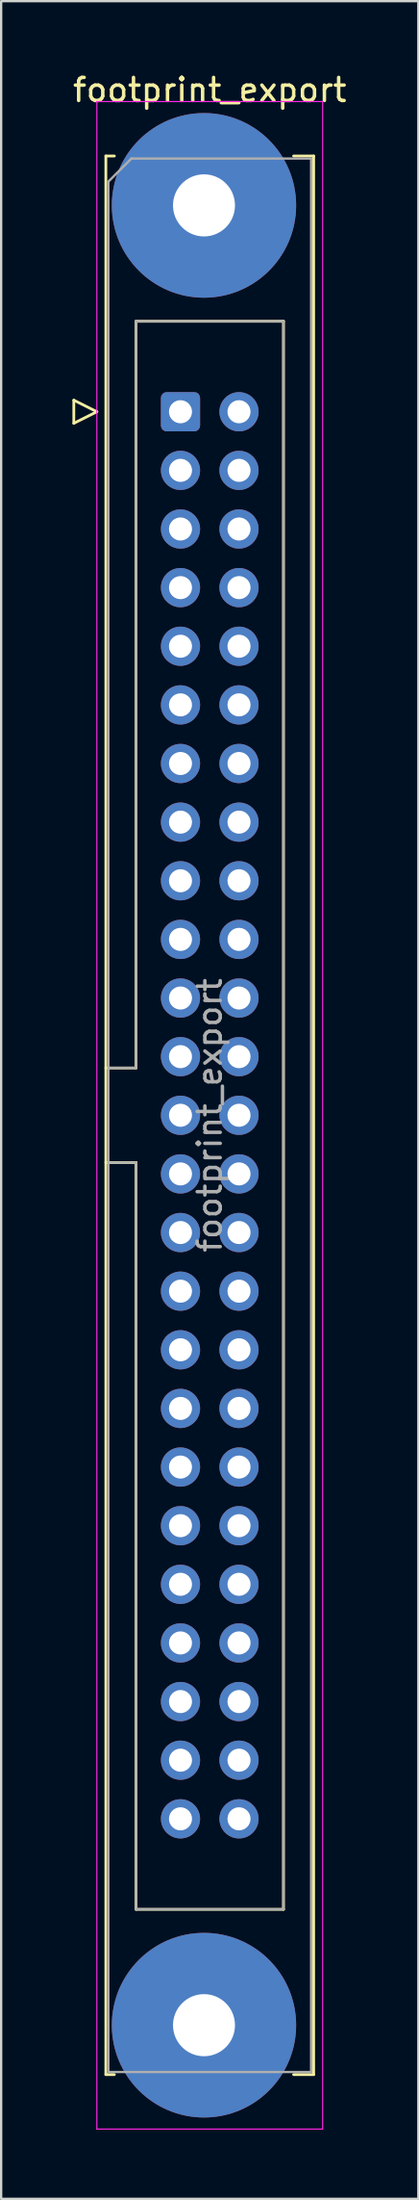
<source format=kicad_pcb>
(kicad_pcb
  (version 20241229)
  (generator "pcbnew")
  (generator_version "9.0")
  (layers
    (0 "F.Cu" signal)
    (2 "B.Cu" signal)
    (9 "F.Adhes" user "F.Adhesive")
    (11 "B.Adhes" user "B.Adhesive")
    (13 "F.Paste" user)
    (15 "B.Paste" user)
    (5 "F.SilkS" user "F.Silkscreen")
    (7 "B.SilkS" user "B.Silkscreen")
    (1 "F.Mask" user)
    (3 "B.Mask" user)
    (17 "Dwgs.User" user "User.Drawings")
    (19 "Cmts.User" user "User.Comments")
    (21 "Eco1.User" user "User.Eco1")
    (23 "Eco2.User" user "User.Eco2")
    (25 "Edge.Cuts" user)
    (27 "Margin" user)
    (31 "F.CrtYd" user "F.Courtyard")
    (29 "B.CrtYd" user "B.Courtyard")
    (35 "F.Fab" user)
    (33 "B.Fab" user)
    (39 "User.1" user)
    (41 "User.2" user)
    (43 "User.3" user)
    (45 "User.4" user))
  (footprint "footprint_export"
    (layer "F.Cu")
    (at 4.784 14.788)
    (property "Reference" "footprint_export" (at 1.27 -13.94 0) (layer "F.SilkS") (effects (font (size 1 1) (thickness 0.15))))
    (attr through_hole)
    (fp_line (start -4.63 -0.5) (end -4.63 0.5) (stroke (width 0.12) (type solid)) (layer "F.SilkS"))
    (fp_line (start -4.63 0.5) (end -3.63 0) (stroke (width 0.12) (type solid)) (layer "F.SilkS"))
    (fp_line (start -3.63 0) (end -4.63 -0.5) (stroke (width 0.12) (type solid)) (layer "F.SilkS"))
    (fp_line (start -3.24 -11.08) (end -3.24 72.04) (stroke (width 0.12) (type solid)) (layer "F.SilkS"))
    (fp_line (start -3.24 28.43) (end -1.93 28.43) (stroke (width 0.12) (type solid)) (layer "F.SilkS"))
    (fp_line (start -3.24 72.04) (end -2.87 72.04) (stroke (width 0.12) (type solid)) (layer "F.SilkS"))
    (fp_line (start -2.87 -11.08) (end -3.24 -11.08) (stroke (width 0.12) (type solid)) (layer "F.SilkS"))
    (fp_line (start -1.93 -3.92) (end 4.47 -3.92) (stroke (width 0.12) (type solid)) (layer "F.SilkS"))
    (fp_line (start -1.93 28.43) (end -1.93 -3.92) (stroke (width 0.12) (type solid)) (layer "F.SilkS"))
    (fp_line (start -1.93 32.53) (end -3.24 32.53) (stroke (width 0.12) (type solid)) (layer "F.SilkS"))
    (fp_line (start -1.93 32.53) (end -1.93 32.53) (stroke (width 0.12) (type solid)) (layer "F.SilkS"))
    (fp_line (start -1.93 64.88) (end -1.93 32.53) (stroke (width 0.12) (type solid)) (layer "F.SilkS"))
    (fp_line (start 4.47 -3.92) (end 4.47 64.88) (stroke (width 0.12) (type solid)) (layer "F.SilkS"))
    (fp_line (start 4.47 64.88) (end -1.93 64.88) (stroke (width 0.12) (type solid)) (layer "F.SilkS"))
    (fp_line (start 4.91 -11.08) (end 5.78 -11.08) (stroke (width 0.12) (type solid)) (layer "F.SilkS"))
    (fp_line (start 5.78 -11.08) (end 5.78 72.04) (stroke (width 0.12) (type solid)) (layer "F.SilkS"))
    (fp_line (start 5.78 72.04) (end 4.91 72.04) (stroke (width 0.12) (type solid)) (layer "F.SilkS"))
    (fp_line (start -3.63 -13.44) (end -3.63 74.4) (stroke (width 0.05) (type solid)) (layer "F.CrtYd"))
    (fp_line (start -3.63 74.4) (end 6.17 74.4) (stroke (width 0.05) (type solid)) (layer "F.CrtYd"))
    (fp_line (start 6.17 -13.44) (end -3.63 -13.44) (stroke (width 0.05) (type solid)) (layer "F.CrtYd"))
    (fp_line (start 6.17 74.4) (end 6.17 -13.44) (stroke (width 0.05) (type solid)) (layer "F.CrtYd"))
    (fp_line (start -3.13 -9.97) (end -2.13 -10.97) (stroke (width 0.1) (type solid)) (layer "F.Fab"))
    (fp_line (start -3.13 28.43) (end -1.93 28.43) (stroke (width 0.1) (type solid)) (layer "F.Fab"))
    (fp_line (start -3.13 71.93) (end -3.13 -9.97) (stroke (width 0.1) (type solid)) (layer "F.Fab"))
    (fp_line (start -2.13 -10.97) (end 5.67 -10.97) (stroke (width 0.1) (type solid)) (layer "F.Fab"))
    (fp_line (start -1.93 -3.92) (end 4.47 -3.92) (stroke (width 0.1) (type solid)) (layer "F.Fab"))
    (fp_line (start -1.93 28.43) (end -1.93 -3.92) (stroke (width 0.1) (type solid)) (layer "F.Fab"))
    (fp_line (start -1.93 32.53) (end -3.13 32.53) (stroke (width 0.1) (type solid)) (layer "F.Fab"))
    (fp_line (start -1.93 32.53) (end -1.93 32.53) (stroke (width 0.1) (type solid)) (layer "F.Fab"))
    (fp_line (start -1.93 64.88) (end -1.93 32.53) (stroke (width 0.1) (type solid)) (layer "F.Fab"))
    (fp_line (start 4.47 -3.92) (end 4.47 64.88) (stroke (width 0.1) (type solid)) (layer "F.Fab"))
    (fp_line (start 4.47 64.88) (end -1.93 64.88) (stroke (width 0.1) (type solid)) (layer "F.Fab"))
    (fp_line (start 5.67 -10.97) (end 5.67 71.93) (stroke (width 0.1) (type solid)) (layer "F.Fab"))
    (fp_line (start 5.67 71.93) (end -3.13 71.93) (stroke (width 0.1) (type solid)) (layer "F.Fab"))
    (fp_text user "${REFERENCE}" (at 1.27 30.48 90) (layer "F.Fab") (effects (font (size 1 1) (thickness 0.15))))
    (pad "1" thru_hole roundrect (at 0 0) (size 1.7 1.7) (drill 1) (layers "*.Cu" "*.Mask") (roundrect_rratio 0.147))
    (pad "2" thru_hole circle (at 2.54 0) (size 1.7 1.7) (drill 1) (layers "*.Cu" "*.Mask"))
    (pad "3" thru_hole circle (at 0 2.54) (size 1.7 1.7) (drill 1) (layers "*.Cu" "*.Mask"))
    (pad "4" thru_hole circle (at 2.54 2.54) (size 1.7 1.7) (drill 1) (layers "*.Cu" "*.Mask"))
    (pad "5" thru_hole circle (at 0 5.08) (size 1.7 1.7) (drill 1) (layers "*.Cu" "*.Mask"))
    (pad "6" thru_hole circle (at 2.54 5.08) (size 1.7 1.7) (drill 1) (layers "*.Cu" "*.Mask"))
    (pad "7" thru_hole circle (at 0 7.62) (size 1.7 1.7) (drill 1) (layers "*.Cu" "*.Mask"))
    (pad "8" thru_hole circle (at 2.54 7.62) (size 1.7 1.7) (drill 1) (layers "*.Cu" "*.Mask"))
    (pad "9" thru_hole circle (at 0 10.16) (size 1.7 1.7) (drill 1) (layers "*.Cu" "*.Mask"))
    (pad "10" thru_hole circle (at 2.54 10.16) (size 1.7 1.7) (drill 1) (layers "*.Cu" "*.Mask"))
    (pad "11" thru_hole circle (at 0 12.7) (size 1.7 1.7) (drill 1) (layers "*.Cu" "*.Mask"))
    (pad "12" thru_hole circle (at 2.54 12.7) (size 1.7 1.7) (drill 1) (layers "*.Cu" "*.Mask"))
    (pad "13" thru_hole circle (at 0 15.24) (size 1.7 1.7) (drill 1) (layers "*.Cu" "*.Mask"))
    (pad "14" thru_hole circle (at 2.54 15.24) (size 1.7 1.7) (drill 1) (layers "*.Cu" "*.Mask"))
    (pad "15" thru_hole circle (at 0 17.78) (size 1.7 1.7) (drill 1) (layers "*.Cu" "*.Mask"))
    (pad "16" thru_hole circle (at 2.54 17.78) (size 1.7 1.7) (drill 1) (layers "*.Cu" "*.Mask"))
    (pad "17" thru_hole circle (at 0 20.32) (size 1.7 1.7) (drill 1) (layers "*.Cu" "*.Mask"))
    (pad "18" thru_hole circle (at 2.54 20.32) (size 1.7 1.7) (drill 1) (layers "*.Cu" "*.Mask"))
    (pad "19" thru_hole circle (at 0 22.86) (size 1.7 1.7) (drill 1) (layers "*.Cu" "*.Mask"))
    (pad "20" thru_hole circle (at 2.54 22.86) (size 1.7 1.7) (drill 1) (layers "*.Cu" "*.Mask"))
    (pad "21" thru_hole circle (at 0 25.4) (size 1.7 1.7) (drill 1) (layers "*.Cu" "*.Mask"))
    (pad "22" thru_hole circle (at 2.54 25.4) (size 1.7 1.7) (drill 1) (layers "*.Cu" "*.Mask"))
    (pad "23" thru_hole circle (at 0 27.94) (size 1.7 1.7) (drill 1) (layers "*.Cu" "*.Mask"))
    (pad "24" thru_hole circle (at 2.54 27.94) (size 1.7 1.7) (drill 1) (layers "*.Cu" "*.Mask"))
    (pad "25" thru_hole circle (at 0 30.48) (size 1.7 1.7) (drill 1) (layers "*.Cu" "*.Mask"))
    (pad "26" thru_hole circle (at 2.54 30.48) (size 1.7 1.7) (drill 1) (layers "*.Cu" "*.Mask"))
    (pad "27" thru_hole circle (at 0 33.02) (size 1.7 1.7) (drill 1) (layers "*.Cu" "*.Mask"))
    (pad "28" thru_hole circle (at 2.54 33.02) (size 1.7 1.7) (drill 1) (layers "*.Cu" "*.Mask"))
    (pad "29" thru_hole circle (at 0 35.56) (size 1.7 1.7) (drill 1) (layers "*.Cu" "*.Mask"))
    (pad "30" thru_hole circle (at 2.54 35.56) (size 1.7 1.7) (drill 1) (layers "*.Cu" "*.Mask"))
    (pad "31" thru_hole circle (at 0 38.1) (size 1.7 1.7) (drill 1) (layers "*.Cu" "*.Mask"))
    (pad "32" thru_hole circle (at 2.54 38.1) (size 1.7 1.7) (drill 1) (layers "*.Cu" "*.Mask"))
    (pad "33" thru_hole circle (at 0 40.64) (size 1.7 1.7) (drill 1) (layers "*.Cu" "*.Mask"))
    (pad "34" thru_hole circle (at 2.54 40.64) (size 1.7 1.7) (drill 1) (layers "*.Cu" "*.Mask"))
    (pad "35" thru_hole circle (at 0 43.18) (size 1.7 1.7) (drill 1) (layers "*.Cu" "*.Mask"))
    (pad "36" thru_hole circle (at 2.54 43.18) (size 1.7 1.7) (drill 1) (layers "*.Cu" "*.Mask"))
    (pad "37" thru_hole circle (at 0 45.72) (size 1.7 1.7) (drill 1) (layers "*.Cu" "*.Mask"))
    (pad "38" thru_hole circle (at 2.54 45.72) (size 1.7 1.7) (drill 1) (layers "*.Cu" "*.Mask"))
    (pad "39" thru_hole circle (at 0 48.26) (size 1.7 1.7) (drill 1) (layers "*.Cu" "*.Mask"))
    (pad "40" thru_hole circle (at 2.54 48.26) (size 1.7 1.7) (drill 1) (layers "*.Cu" "*.Mask"))
    (pad "41" thru_hole circle (at 0 50.8) (size 1.7 1.7) (drill 1) (layers "*.Cu" "*.Mask"))
    (pad "42" thru_hole circle (at 2.54 50.8) (size 1.7 1.7) (drill 1) (layers "*.Cu" "*.Mask"))
    (pad "43" thru_hole circle (at 0 53.34) (size 1.7 1.7) (drill 1) (layers "*.Cu" "*.Mask"))
    (pad "44" thru_hole circle (at 2.54 53.34) (size 1.7 1.7) (drill 1) (layers "*.Cu" "*.Mask"))
    (pad "45" thru_hole circle (at 0 55.88) (size 1.7 1.7) (drill 1) (layers "*.Cu" "*.Mask"))
    (pad "46" thru_hole circle (at 2.54 55.88) (size 1.7 1.7) (drill 1) (layers "*.Cu" "*.Mask"))
    (pad "47" thru_hole circle (at 0 58.42) (size 1.7 1.7) (drill 1) (layers "*.Cu" "*.Mask"))
    (pad "48" thru_hole circle (at 2.54 58.42) (size 1.7 1.7) (drill 1) (layers "*.Cu" "*.Mask"))
    (pad "49" thru_hole circle (at 0 60.96) (size 1.7 1.7) (drill 1) (layers "*.Cu" "*.Mask"))
    (pad "50" thru_hole circle (at 2.54 60.96) (size 1.7 1.7) (drill 1) (layers "*.Cu" "*.Mask"))
    (pad "MP" thru_hole circle (at 1.02 -8.94) (size 8 8) (drill 2.69) (layers "*.Cu" "*.Mask"))
    (pad "MP" thru_hole circle (at 1.02 69.9) (size 8 8) (drill 2.69) (layers "*.Cu" "*.Mask")))
  (gr_rect
    (start -3 -3)
    (end 15.107 92.213)
    (stroke (width 0.1) (type default))
    (fill no)
    (layer "Edge.Cuts")))
</source>
